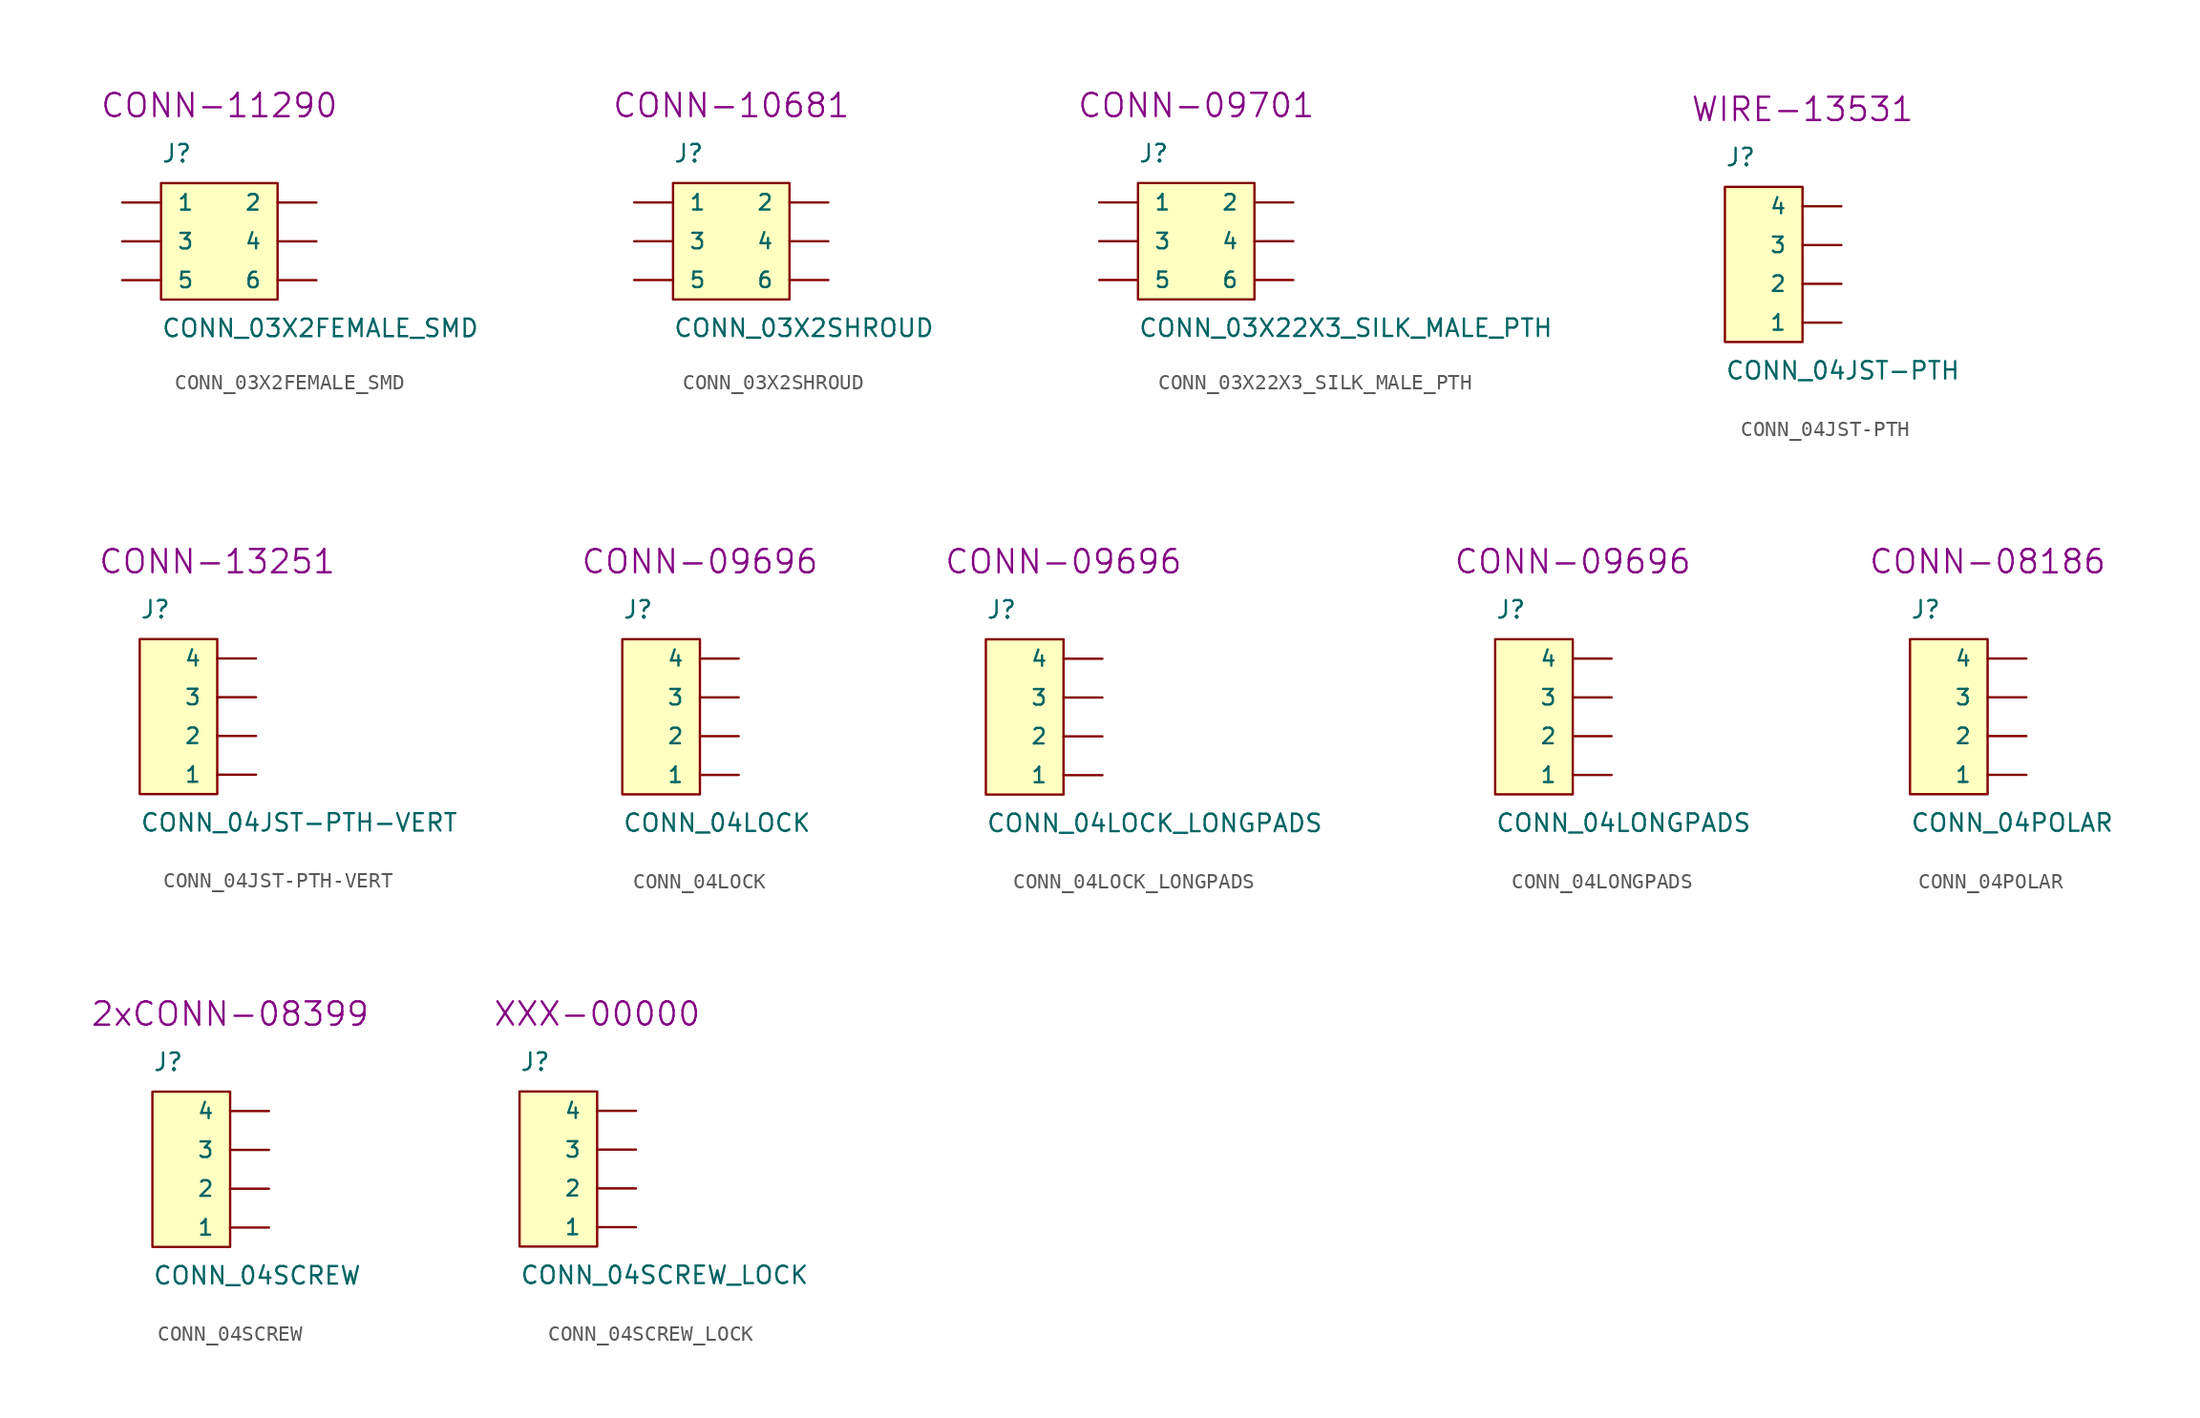
<source format=kicad_sym>
(kicad_symbol_lib
  (version 20220914)
  (generator kicad_symbol_editor)
  (symbol "CONN_03X2FEMALE_SMD"
    (pin_numbers hide)
    (pin_names
      (offset 1.016))
    (property "Reference" "J"
      (at -3.81 5.08 0)
      (effects (font (size 1.143 1.143)) (justify left bottom)))
    (property "Value" "CONN_03X2FEMALE_SMD"
      (at -3.81 -6.35 0)
      (effects (font (size 1.143 1.143)) (justify left bottom)))
    (property "Field4" "CONN-11290"
      (at 0 8.89 0)
      (effects (font (size 1.524 1.524))))
    (property "ki_locked" ""
      (at 0 0 0)
      (effects (font (size 1.27 1.27))))
    (symbol "CONN_03X2FEMALE_SMD_0_1"
      (rectangle (start 3.81 -3.81) (end -3.81 3.81) (stroke (width 0) (type solid)) (fill (type background))))
    (symbol "CONN_03X2FEMALE_SMD_1_1"
      (pin bidirectional line (at -6.35 2.54 0) (length 2.54) (name "1" (effects (font (size 1.016 1.016)))) (number "1" (effects (font (size 1.016 1.016)))))
      (pin bidirectional line (at 6.35 2.54 180) (length 2.54) (name "2" (effects (font (size 1.016 1.016)))) (number "2" (effects (font (size 1.016 1.016)))))
      (pin bidirectional line (at -6.35 0 0) (length 2.54) (name "3" (effects (font (size 1.016 1.016)))) (number "3" (effects (font (size 1.016 1.016)))))
      (pin bidirectional line (at 6.35 0 180) (length 2.54) (name "4" (effects (font (size 1.016 1.016)))) (number "4" (effects (font (size 1.016 1.016)))))
      (pin bidirectional line (at -6.35 -2.54 0) (length 2.54) (name "5" (effects (font (size 1.016 1.016)))) (number "5" (effects (font (size 1.016 1.016)))))
      (pin bidirectional line (at 6.35 -2.54 180) (length 2.54) (name "6" (effects (font (size 1.016 1.016)))) (number "6" (effects (font (size 1.016 1.016)))))))
  (symbol "CONN_03X2SHROUD"
    (pin_numbers hide)
    (pin_names
      (offset 1.016))
    (property "Reference" "J"
      (at -3.81 5.08 0)
      (effects (font (size 1.143 1.143)) (justify left bottom)))
    (property "Value" "CONN_03X2SHROUD"
      (at -3.81 -6.35 0)
      (effects (font (size 1.143 1.143)) (justify left bottom)))
    (property "Field4" "CONN-10681"
      (at 0 8.89 0)
      (effects (font (size 1.524 1.524))))
    (property "ki_locked" ""
      (at 0 0 0)
      (effects (font (size 1.27 1.27))))
    (symbol "CONN_03X2SHROUD_0_1"
      (rectangle (start 3.81 -3.81) (end -3.81 3.81) (stroke (width 0) (type solid)) (fill (type background))))
    (symbol "CONN_03X2SHROUD_1_1"
      (pin bidirectional line (at -6.35 2.54 0) (length 2.54) (name "1" (effects (font (size 1.016 1.016)))) (number "1" (effects (font (size 1.016 1.016)))))
      (pin bidirectional line (at 6.35 2.54 180) (length 2.54) (name "2" (effects (font (size 1.016 1.016)))) (number "2" (effects (font (size 1.016 1.016)))))
      (pin bidirectional line (at -6.35 0 0) (length 2.54) (name "3" (effects (font (size 1.016 1.016)))) (number "3" (effects (font (size 1.016 1.016)))))
      (pin bidirectional line (at 6.35 0 180) (length 2.54) (name "4" (effects (font (size 1.016 1.016)))) (number "4" (effects (font (size 1.016 1.016)))))
      (pin bidirectional line (at -6.35 -2.54 0) (length 2.54) (name "5" (effects (font (size 1.016 1.016)))) (number "5" (effects (font (size 1.016 1.016)))))
      (pin bidirectional line (at 6.35 -2.54 180) (length 2.54) (name "6" (effects (font (size 1.016 1.016)))) (number "6" (effects (font (size 1.016 1.016)))))))
  (symbol "CONN_03X22X3_SILK_MALE_PTH"
    (pin_numbers hide)
    (pin_names
      (offset 1.016))
    (property "Reference" "J"
      (at -3.81 5.08 0)
      (effects (font (size 1.143 1.143)) (justify left bottom)))
    (property "Value" "CONN_03X22X3_SILK_MALE_PTH"
      (at -3.81 -6.35 0)
      (effects (font (size 1.143 1.143)) (justify left bottom)))
    (property "Field4" "CONN-09701"
      (at 0 8.89 0)
      (effects (font (size 1.524 1.524))))
    (property "ki_locked" ""
      (at 0 0 0)
      (effects (font (size 1.27 1.27))))
    (symbol "CONN_03X22X3_SILK_MALE_PTH_0_1"
      (rectangle (start 3.81 -3.81) (end -3.81 3.81) (stroke (width 0) (type solid)) (fill (type background))))
    (symbol "CONN_03X22X3_SILK_MALE_PTH_1_1"
      (pin bidirectional line (at -6.35 2.54 0) (length 2.54) (name "1" (effects (font (size 1.016 1.016)))) (number "1" (effects (font (size 1.016 1.016)))))
      (pin bidirectional line (at 6.35 2.54 180) (length 2.54) (name "2" (effects (font (size 1.016 1.016)))) (number "2" (effects (font (size 1.016 1.016)))))
      (pin bidirectional line (at -6.35 0 0) (length 2.54) (name "3" (effects (font (size 1.016 1.016)))) (number "3" (effects (font (size 1.016 1.016)))))
      (pin bidirectional line (at 6.35 0 180) (length 2.54) (name "4" (effects (font (size 1.016 1.016)))) (number "4" (effects (font (size 1.016 1.016)))))
      (pin bidirectional line (at -6.35 -2.54 0) (length 2.54) (name "5" (effects (font (size 1.016 1.016)))) (number "5" (effects (font (size 1.016 1.016)))))
      (pin bidirectional line (at 6.35 -2.54 180) (length 2.54) (name "6" (effects (font (size 1.016 1.016)))) (number "6" (effects (font (size 1.016 1.016)))))))
  (symbol "CONN_04JST-PTH"
    (pin_numbers hide)
    (pin_names
      (offset 1.016))
    (property "Reference" "J"
      (at -5.08 10.16 0)
      (effects (font (size 1.143 1.143)) (justify left bottom)))
    (property "Value" "CONN_04JST-PTH"
      (at -5.08 -3.81 0)
      (effects (font (size 1.143 1.143)) (justify left bottom)))
    (property "Field4" "WIRE-13531"
      (at 0 13.97 0)
      (effects (font (size 1.524 1.524))))
    (property "ki_locked" ""
      (at 0 0 0)
      (effects (font (size 1.27 1.27))))
    (symbol "CONN_04JST-PTH_0_1"
      (rectangle (start 0 -1.27) (end -5.08 8.89) (stroke (width 0) (type solid)) (fill (type background))))
    (symbol "CONN_04JST-PTH_1_1"
      (pin passive line (at 2.54 0 180) (length 2.54) (name "1" (effects (font (size 1.016 1.016)))) (number "1" (effects (font (size 1.016 1.016)))))
      (pin passive line (at 2.54 2.54 180) (length 2.54) (name "2" (effects (font (size 1.016 1.016)))) (number "2" (effects (font (size 1.016 1.016)))))
      (pin passive line (at 2.54 5.08 180) (length 2.54) (name "3" (effects (font (size 1.016 1.016)))) (number "3" (effects (font (size 1.016 1.016)))))
      (pin passive line (at 2.54 7.62 180) (length 2.54) (name "4" (effects (font (size 1.016 1.016)))) (number "4" (effects (font (size 1.016 1.016)))))))
  (symbol "CONN_04JST-PTH-VERT"
    (pin_numbers hide)
    (pin_names
      (offset 1.016))
    (property "Reference" "J"
      (at -5.08 10.16 0)
      (effects (font (size 1.143 1.143)) (justify left bottom)))
    (property "Value" "CONN_04JST-PTH-VERT"
      (at -5.08 -3.81 0)
      (effects (font (size 1.143 1.143)) (justify left bottom)))
    (property "Field4" "CONN-13251"
      (at 0 13.97 0)
      (effects (font (size 1.524 1.524))))
    (property "ki_locked" ""
      (at 0 0 0)
      (effects (font (size 1.27 1.27))))
    (symbol "CONN_04JST-PTH-VERT_0_1"
      (rectangle (start 0 -1.27) (end -5.08 8.89) (stroke (width 0) (type solid)) (fill (type background))))
    (symbol "CONN_04JST-PTH-VERT_1_1"
      (pin passive line (at 2.54 0 180) (length 2.54) (name "1" (effects (font (size 1.016 1.016)))) (number "1" (effects (font (size 1.016 1.016)))))
      (pin passive line (at 2.54 2.54 180) (length 2.54) (name "2" (effects (font (size 1.016 1.016)))) (number "2" (effects (font (size 1.016 1.016)))))
      (pin passive line (at 2.54 5.08 180) (length 2.54) (name "3" (effects (font (size 1.016 1.016)))) (number "3" (effects (font (size 1.016 1.016)))))
      (pin passive line (at 2.54 7.62 180) (length 2.54) (name "4" (effects (font (size 1.016 1.016)))) (number "4" (effects (font (size 1.016 1.016)))))))
  (symbol "CONN_04LOCK"
    (pin_numbers hide)
    (pin_names
      (offset 1.016))
    (property "Reference" "J"
      (at -5.08 10.16 0)
      (effects (font (size 1.143 1.143)) (justify left bottom)))
    (property "Value" "CONN_04LOCK"
      (at -5.08 -3.81 0)
      (effects (font (size 1.143 1.143)) (justify left bottom)))
    (property "Field4" "CONN-09696"
      (at 0 13.97 0)
      (effects (font (size 1.524 1.524))))
    (property "ki_locked" ""
      (at 0 0 0)
      (effects (font (size 1.27 1.27))))
    (symbol "CONN_04LOCK_0_1"
      (rectangle (start 0 -1.27) (end -5.08 8.89) (stroke (width 0) (type solid)) (fill (type background))))
    (symbol "CONN_04LOCK_1_1"
      (pin passive line (at 2.54 0 180) (length 2.54) (name "1" (effects (font (size 1.016 1.016)))) (number "1" (effects (font (size 1.016 1.016)))))
      (pin passive line (at 2.54 2.54 180) (length 2.54) (name "2" (effects (font (size 1.016 1.016)))) (number "2" (effects (font (size 1.016 1.016)))))
      (pin passive line (at 2.54 5.08 180) (length 2.54) (name "3" (effects (font (size 1.016 1.016)))) (number "3" (effects (font (size 1.016 1.016)))))
      (pin passive line (at 2.54 7.62 180) (length 2.54) (name "4" (effects (font (size 1.016 1.016)))) (number "4" (effects (font (size 1.016 1.016)))))))
  (symbol "CONN_04LOCK_LONGPADS"
    (pin_numbers hide)
    (pin_names
      (offset 1.016))
    (property "Reference" "J"
      (at -5.08 10.16 0)
      (effects (font (size 1.143 1.143)) (justify left bottom)))
    (property "Value" "CONN_04LOCK_LONGPADS"
      (at -5.08 -3.81 0)
      (effects (font (size 1.143 1.143)) (justify left bottom)))
    (property "Field4" "CONN-09696"
      (at 0 13.97 0)
      (effects (font (size 1.524 1.524))))
    (property "ki_locked" ""
      (at 0 0 0)
      (effects (font (size 1.27 1.27))))
    (symbol "CONN_04LOCK_LONGPADS_0_1"
      (rectangle (start 0 -1.27) (end -5.08 8.89) (stroke (width 0) (type solid)) (fill (type background))))
    (symbol "CONN_04LOCK_LONGPADS_1_1"
      (pin passive line (at 2.54 0 180) (length 2.54) (name "1" (effects (font (size 1.016 1.016)))) (number "1" (effects (font (size 1.016 1.016)))))
      (pin passive line (at 2.54 2.54 180) (length 2.54) (name "2" (effects (font (size 1.016 1.016)))) (number "2" (effects (font (size 1.016 1.016)))))
      (pin passive line (at 2.54 5.08 180) (length 2.54) (name "3" (effects (font (size 1.016 1.016)))) (number "3" (effects (font (size 1.016 1.016)))))
      (pin passive line (at 2.54 7.62 180) (length 2.54) (name "4" (effects (font (size 1.016 1.016)))) (number "4" (effects (font (size 1.016 1.016)))))))
  (symbol "CONN_04LONGPADS"
    (pin_numbers hide)
    (pin_names
      (offset 1.016))
    (property "Reference" "J"
      (at -5.08 10.16 0)
      (effects (font (size 1.143 1.143)) (justify left bottom)))
    (property "Value" "CONN_04LONGPADS"
      (at -5.08 -3.81 0)
      (effects (font (size 1.143 1.143)) (justify left bottom)))
    (property "Field4" "CONN-09696"
      (at 0 13.97 0)
      (effects (font (size 1.524 1.524))))
    (property "ki_locked" ""
      (at 0 0 0)
      (effects (font (size 1.27 1.27))))
    (symbol "CONN_04LONGPADS_0_1"
      (rectangle (start 0 -1.27) (end -5.08 8.89) (stroke (width 0) (type solid)) (fill (type background))))
    (symbol "CONN_04LONGPADS_1_1"
      (pin passive line (at 2.54 0 180) (length 2.54) (name "1" (effects (font (size 1.016 1.016)))) (number "1" (effects (font (size 1.016 1.016)))))
      (pin passive line (at 2.54 2.54 180) (length 2.54) (name "2" (effects (font (size 1.016 1.016)))) (number "2" (effects (font (size 1.016 1.016)))))
      (pin passive line (at 2.54 5.08 180) (length 2.54) (name "3" (effects (font (size 1.016 1.016)))) (number "3" (effects (font (size 1.016 1.016)))))
      (pin passive line (at 2.54 7.62 180) (length 2.54) (name "4" (effects (font (size 1.016 1.016)))) (number "4" (effects (font (size 1.016 1.016)))))))
  (symbol "CONN_04POLAR"
    (pin_numbers hide)
    (pin_names
      (offset 1.016))
    (property "Reference" "J"
      (at -5.08 10.16 0)
      (effects (font (size 1.143 1.143)) (justify left bottom)))
    (property "Value" "CONN_04POLAR"
      (at -5.08 -3.81 0)
      (effects (font (size 1.143 1.143)) (justify left bottom)))
    (property "Field4" "CONN-08186"
      (at 0 13.97 0)
      (effects (font (size 1.524 1.524))))
    (property "ki_locked" ""
      (at 0 0 0)
      (effects (font (size 1.27 1.27))))
    (symbol "CONN_04POLAR_0_1"
      (rectangle (start 0 -1.27) (end -5.08 8.89) (stroke (width 0) (type solid)) (fill (type background))))
    (symbol "CONN_04POLAR_1_1"
      (pin passive line (at 2.54 0 180) (length 2.54) (name "1" (effects (font (size 1.016 1.016)))) (number "1" (effects (font (size 1.016 1.016)))))
      (pin passive line (at 2.54 2.54 180) (length 2.54) (name "2" (effects (font (size 1.016 1.016)))) (number "2" (effects (font (size 1.016 1.016)))))
      (pin passive line (at 2.54 5.08 180) (length 2.54) (name "3" (effects (font (size 1.016 1.016)))) (number "3" (effects (font (size 1.016 1.016)))))
      (pin passive line (at 2.54 7.62 180) (length 2.54) (name "4" (effects (font (size 1.016 1.016)))) (number "4" (effects (font (size 1.016 1.016)))))))
  (symbol "CONN_04SCREW"
    (pin_numbers hide)
    (pin_names
      (offset 1.016))
    (property "Reference" "J"
      (at -5.08 10.16 0)
      (effects (font (size 1.143 1.143)) (justify left bottom)))
    (property "Value" "CONN_04SCREW"
      (at -5.08 -3.81 0)
      (effects (font (size 1.143 1.143)) (justify left bottom)))
    (property "Field4" "2xCONN-08399"
      (at 0 13.97 0)
      (effects (font (size 1.524 1.524))))
    (property "ki_locked" ""
      (at 0 0 0)
      (effects (font (size 1.27 1.27))))
    (symbol "CONN_04SCREW_0_1"
      (rectangle (start 0 -1.27) (end -5.08 8.89) (stroke (width 0) (type solid)) (fill (type background))))
    (symbol "CONN_04SCREW_1_1"
      (pin passive line (at 2.54 0 180) (length 2.54) (name "1" (effects (font (size 1.016 1.016)))) (number "1" (effects (font (size 1.016 1.016)))))
      (pin passive line (at 2.54 2.54 180) (length 2.54) (name "2" (effects (font (size 1.016 1.016)))) (number "2" (effects (font (size 1.016 1.016)))))
      (pin passive line (at 2.54 5.08 180) (length 2.54) (name "3" (effects (font (size 1.016 1.016)))) (number "3" (effects (font (size 1.016 1.016)))))
      (pin passive line (at 2.54 7.62 180) (length 2.54) (name "4" (effects (font (size 1.016 1.016)))) (number "4" (effects (font (size 1.016 1.016)))))))
  (symbol "CONN_04SCREW_LOCK"
    (pin_numbers hide)
    (pin_names
      (offset 1.016))
    (property "Reference" "J"
      (at -5.08 10.16 0)
      (effects (font (size 1.143 1.143)) (justify left bottom)))
    (property "Value" "CONN_04SCREW_LOCK"
      (at -5.08 -3.81 0)
      (effects (font (size 1.143 1.143)) (justify left bottom)))
    (property "Field4" "XXX-00000"
      (at 0 13.97 0)
      (effects (font (size 1.524 1.524))))
    (property "ki_locked" ""
      (at 0 0 0)
      (effects (font (size 1.27 1.27))))
    (symbol "CONN_04SCREW_LOCK_0_1"
      (rectangle (start 0 -1.27) (end -5.08 8.89) (stroke (width 0) (type solid)) (fill (type background))))
    (symbol "CONN_04SCREW_LOCK_1_1"
      (pin passive line (at 2.54 0 180) (length 2.54) (name "1" (effects (font (size 1.016 1.016)))) (number "1" (effects (font (size 1.016 1.016)))))
      (pin passive line (at 2.54 2.54 180) (length 2.54) (name "2" (effects (font (size 1.016 1.016)))) (number "2" (effects (font (size 1.016 1.016)))))
      (pin passive line (at 2.54 5.08 180) (length 2.54) (name "3" (effects (font (size 1.016 1.016)))) (number "3" (effects (font (size 1.016 1.016)))))
      (pin passive line (at 2.54 7.62 180) (length 2.54) (name "4" (effects (font (size 1.016 1.016)))) (number "4" (effects (font (size 1.016 1.016))))))))
</source>
